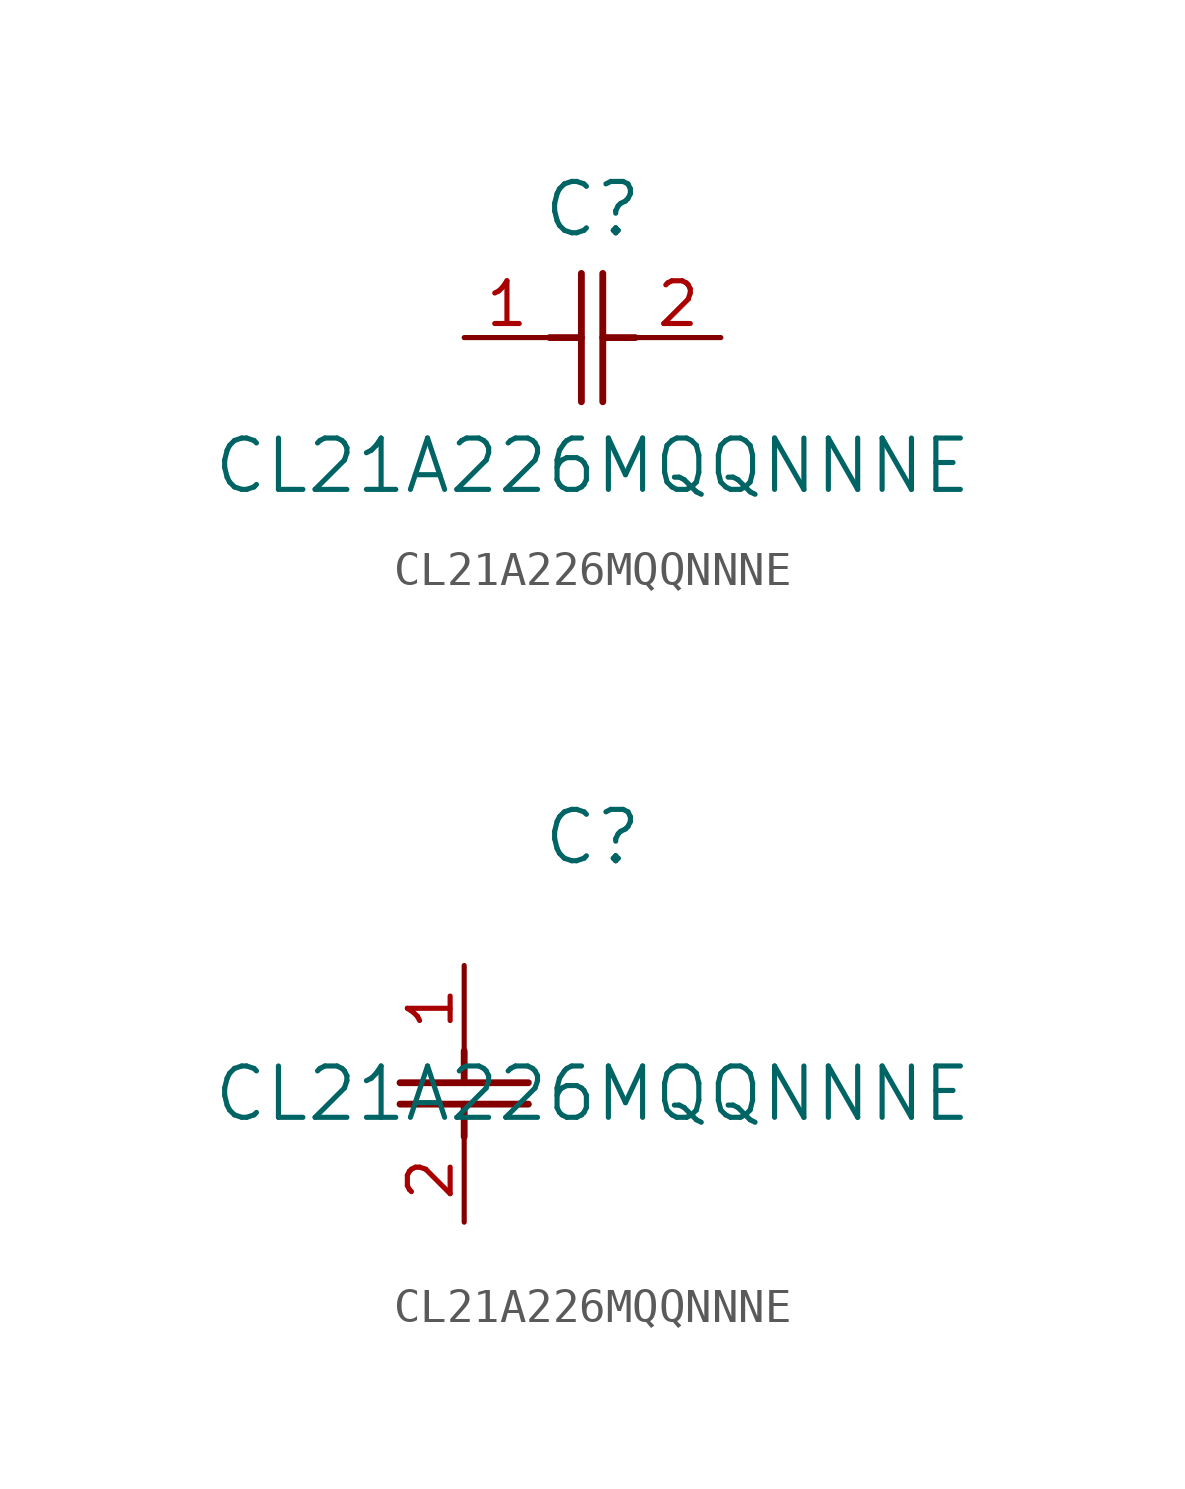
<source format=kicad_sym>
(kicad_symbol_lib
  (version 20211014)
  (generator kicad_symbol_editor)
  (symbol "CL21A226MQQNNNE"
    (pin_names
      (offset 0.254))
    (property "Reference" "C"
      (at 3.81 3.81 0)
      (effects (font (size 1.524 1.524))))
    (property "Value" "CL21A226MQQNNNE"
      (at 3.81 -3.81 0)
      (effects (font (size 1.524 1.524))))
    (symbol "CL21A226MQQNNNE_1_1"
      (polyline (pts (xy 3.48 -1.905) (xy 3.48 1.905)) (stroke (width 0.203) (type default) (color 0 0 0 0)) (fill (type none)))
      (polyline (pts (xy 4.115 -1.905) (xy 4.115 1.905)) (stroke (width 0.203) (type default) (color 0 0 0 0)) (fill (type none)))
      (polyline (pts (xy 4.115 0) (xy 5.08 0)) (stroke (width 0.203) (type default) (color 0 0 0 0)) (fill (type none)))
      (polyline (pts (xy 2.54 0) (xy 3.48 0)) (stroke (width 0.203) (type default) (color 0 0 0 0)) (fill (type none)))
      (pin unspecified line (at 0 0 0) (length 2.54) (name "" (effects (font (size 1.27 1.27)))) (number "1" (effects (font (size 1.27 1.27)))))
      (pin unspecified line (at 7.62 0 180) (length 2.54) (name "" (effects (font (size 1.27 1.27)))) (number "2" (effects (font (size 1.27 1.27))))))
    (symbol "CL21A226MQQNNNE_1_2"
      (polyline (pts (xy -1.905 -3.48) (xy 1.905 -3.48)) (stroke (width 0.203) (type default) (color 0 0 0 0)) (fill (type none)))
      (polyline (pts (xy -1.905 -4.115) (xy 1.905 -4.115)) (stroke (width 0.203) (type default) (color 0 0 0 0)) (fill (type none)))
      (polyline (pts (xy 0 -4.115) (xy 0 -5.08)) (stroke (width 0.203) (type default) (color 0 0 0 0)) (fill (type none)))
      (polyline (pts (xy 0 -2.54) (xy 0 -3.48)) (stroke (width 0.203) (type default) (color 0 0 0 0)) (fill (type none)))
      (pin unspecified line (at 0 0 270) (length 2.54) (name "" (effects (font (size 1.27 1.27)))) (number "1" (effects (font (size 1.27 1.27)))))
      (pin unspecified line (at 0 -7.62 90) (length 2.54) (name "" (effects (font (size 1.27 1.27)))) (number "2" (effects (font (size 1.27 1.27))))))))
</source>
